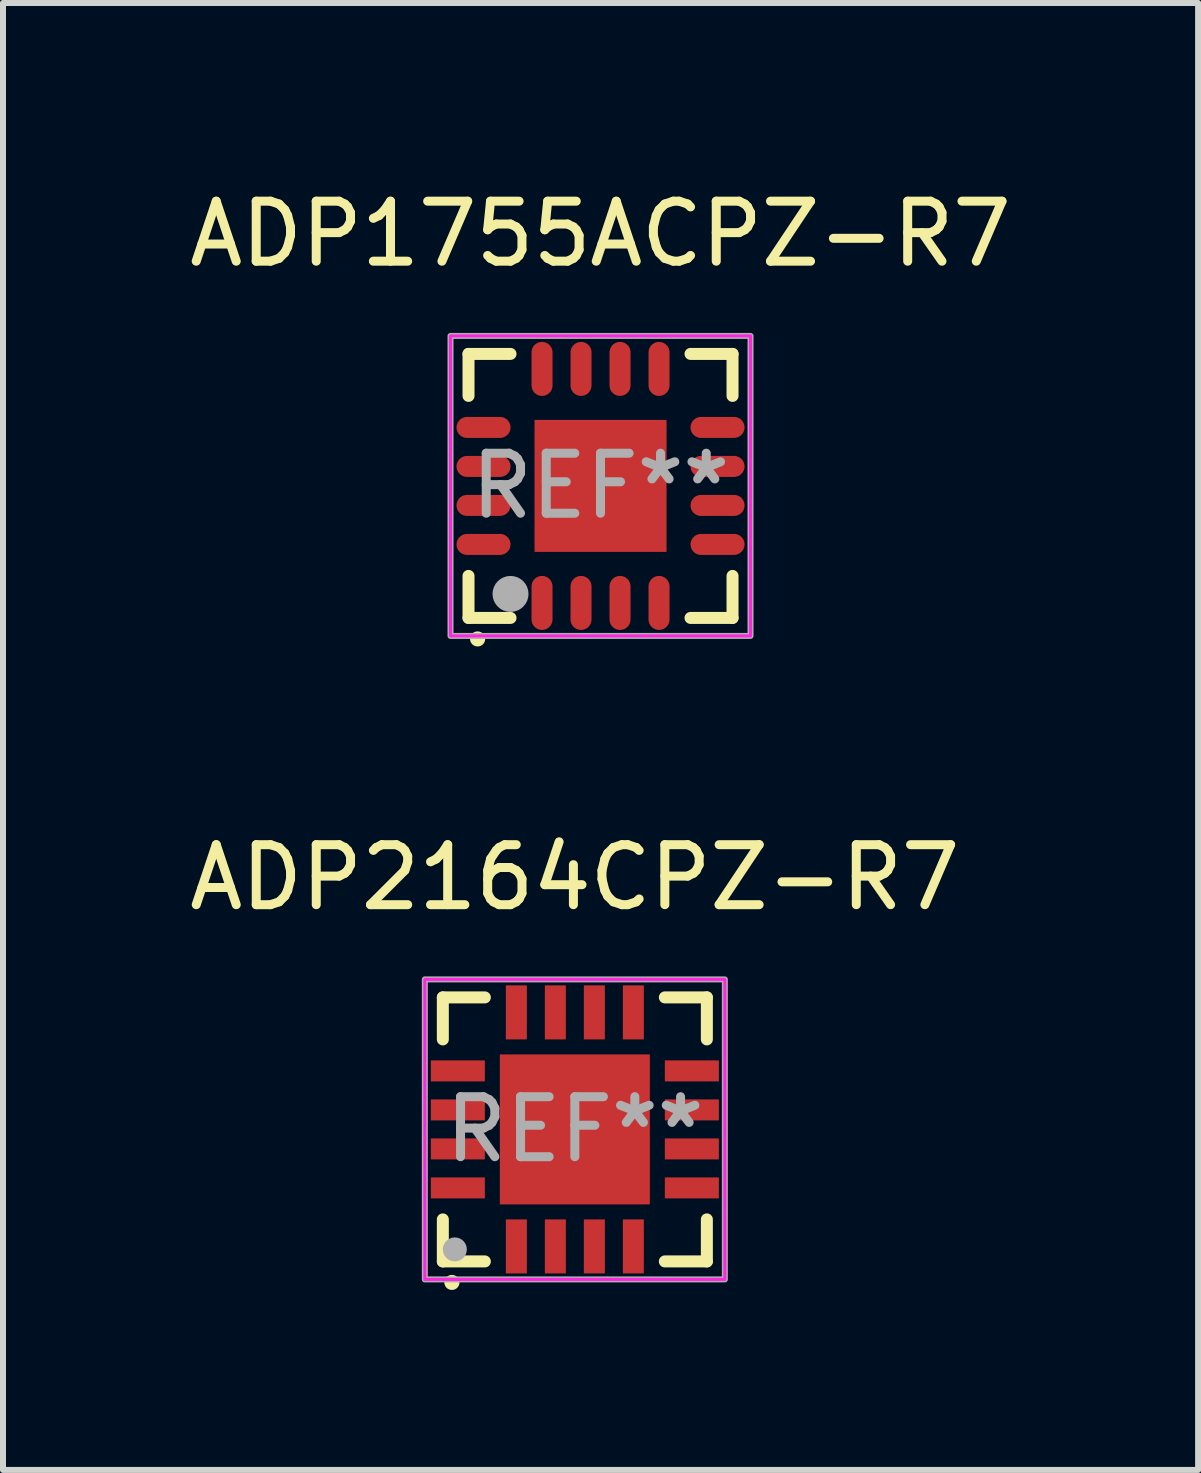
<source format=kicad_pcb>
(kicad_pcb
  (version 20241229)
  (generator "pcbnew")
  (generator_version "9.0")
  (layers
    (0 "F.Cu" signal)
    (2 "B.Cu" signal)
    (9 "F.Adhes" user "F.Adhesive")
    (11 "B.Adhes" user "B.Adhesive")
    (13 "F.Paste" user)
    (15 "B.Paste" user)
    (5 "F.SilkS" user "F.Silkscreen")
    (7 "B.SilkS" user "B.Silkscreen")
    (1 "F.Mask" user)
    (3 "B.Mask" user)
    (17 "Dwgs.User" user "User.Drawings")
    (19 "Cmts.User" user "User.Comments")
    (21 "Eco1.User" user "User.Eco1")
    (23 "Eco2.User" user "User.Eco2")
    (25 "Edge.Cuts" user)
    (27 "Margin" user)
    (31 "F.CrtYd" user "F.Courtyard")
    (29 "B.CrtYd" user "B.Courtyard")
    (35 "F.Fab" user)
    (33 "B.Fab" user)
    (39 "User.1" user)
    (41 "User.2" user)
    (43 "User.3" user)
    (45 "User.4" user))
  (footprint "ADP2164CPZ-R7"
    (layer "F.Cu")
    (at 6.53 15.772)
    (property "Reference" "ADP2164CPZ-R7" (at -0.000051 -4.2 0) (layer "F.SilkS") (effects (font (size 1 1) (thickness 0.15))))
    (attr smd)
    (fp_line (start -2.2 -2.2) (end -1.5 -2.2) (stroke (width 0.2) (type solid)) (layer "F.SilkS"))
    (fp_line (start -2.2 -1.5) (end -2.2 -2.2) (stroke (width 0.2) (type solid)) (layer "F.SilkS"))
    (fp_line (start -2.2 2.2) (end -2.2 1.5) (stroke (width 0.2) (type solid)) (layer "F.SilkS"))
    (fp_line (start -1.5 2.2) (end -2.2 2.2) (stroke (width 0.2) (type solid)) (layer "F.SilkS"))
    (fp_line (start 1.5 2.2) (end 2.2 2.2) (stroke (width 0.2) (type solid)) (layer "F.SilkS"))
    (fp_line (start 2.2 -2.2) (end 1.5 -2.2) (stroke (width 0.2) (type solid)) (layer "F.SilkS"))
    (fp_line (start 2.2 -1.5) (end 2.2 -2.2) (stroke (width 0.2) (type solid)) (layer "F.SilkS"))
    (fp_line (start 2.2 2.2) (end 2.2 1.5) (stroke (width 0.2) (type solid)) (layer "F.SilkS"))
    (fp_arc (start -2.049835 2.550114) (mid -2.048565 2.550108) (end -2.047295 2.550114) (stroke (width 0.25) (type solid)) (layer "F.SilkS"))
    (fp_rect (start -2.5 -2.5) (end 2.5 2.5) (stroke (width 0.05) (type default)) (fill no) (layer "F.CrtYd"))
    (fp_rect (start -2.5 -2.5) (end 2.5 2.5) (stroke (width 0.1) (type default)) (fill no) (layer "F.Fab"))
    (fp_circle (center -2 2) (end -1.9 2) (stroke (width 0.2) (type solid)) (fill no) (layer "F.Fab"))
    (fp_text user "REF**" (at -0.000051 0 0) (layer "F.Fab") (effects (font (size 1 1) (thickness 0.15))))
    (pad "1" smd rect (at -0.975 1.95 180) (size 0.35 0.9) (layers "F.Cu" "F.Mask" "F.Paste"))
    (pad "2" smd rect (at -0.325 1.95 180) (size 0.35 0.9) (layers "F.Cu" "F.Mask" "F.Paste"))
    (pad "3" smd rect (at 0.325 1.95 180) (size 0.35 0.9) (layers "F.Cu" "F.Mask" "F.Paste"))
    (pad "4" smd rect (at 0.975 1.95 180) (size 0.35 0.9) (layers "F.Cu" "F.Mask" "F.Paste"))
    (pad "5" smd rect (at 1.95 0.975 90) (size 0.35 0.9) (layers "F.Cu" "F.Mask" "F.Paste"))
    (pad "6" smd rect (at 1.95 0.325 90) (size 0.35 0.9) (layers "F.Cu" "F.Mask" "F.Paste"))
    (pad "7" smd rect (at 1.95 -0.325 90) (size 0.35 0.9) (layers "F.Cu" "F.Mask" "F.Paste"))
    (pad "8" smd rect (at 1.95 -0.975 90) (size 0.35 0.9) (layers "F.Cu" "F.Mask" "F.Paste"))
    (pad "9" smd rect (at 0.975 -1.95 180) (size 0.35 0.9) (layers "F.Cu" "F.Mask" "F.Paste"))
    (pad "10" smd rect (at 0.325 -1.95 180) (size 0.35 0.9) (layers "F.Cu" "F.Mask" "F.Paste"))
    (pad "11" smd rect (at -0.325 -1.95 180) (size 0.35 0.9) (layers "F.Cu" "F.Mask" "F.Paste"))
    (pad "12" smd rect (at -0.975 -1.95 180) (size 0.35 0.9) (layers "F.Cu" "F.Mask" "F.Paste"))
    (pad "13" smd rect (at -1.95 -0.975 90) (size 0.35 0.9) (layers "F.Cu" "F.Mask" "F.Paste"))
    (pad "14" smd rect (at -1.95 -0.325 90) (size 0.35 0.9) (layers "F.Cu" "F.Mask" "F.Paste"))
    (pad "15" smd rect (at -1.95 0.325 90) (size 0.35 0.9) (layers "F.Cu" "F.Mask" "F.Paste"))
    (pad "16" smd rect (at -1.95 0.975 90) (size 0.35 0.9) (layers "F.Cu" "F.Mask" "F.Paste"))
    (pad "17" smd rect (at 0 0 90) (size 2.5 2.5) (layers "F.Cu" "F.Mask" "F.Paste")))
  (footprint "ADP1755ACPZ-R7"
    (layer "F.Cu")
    (at 6.958 5.048)
    (property "Reference" "ADP1755ACPZ-R7" (at -0.000051 -4.2 0) (layer "F.SilkS") (effects (font (size 1 1) (thickness 0.15))))
    (attr smd)
    (fp_line (start -2.2 -2.2) (end -1.5 -2.2) (stroke (width 0.2) (type solid)) (layer "F.SilkS"))
    (fp_line (start -2.2 -1.5) (end -2.2 -2.2) (stroke (width 0.2) (type solid)) (layer "F.SilkS"))
    (fp_line (start -2.2 2.2) (end -2.2 1.5) (stroke (width 0.2) (type solid)) (layer "F.SilkS"))
    (fp_line (start -1.5 2.2) (end -2.2 2.2) (stroke (width 0.2) (type solid)) (layer "F.SilkS"))
    (fp_line (start 1.5 2.2) (end 2.2 2.2) (stroke (width 0.2) (type solid)) (layer "F.SilkS"))
    (fp_line (start 2.2 -2.2) (end 1.5 -2.2) (stroke (width 0.2) (type solid)) (layer "F.SilkS"))
    (fp_line (start 2.2 -1.5) (end 2.2 -2.2) (stroke (width 0.2) (type solid)) (layer "F.SilkS"))
    (fp_line (start 2.2 2.2) (end 2.2 1.5) (stroke (width 0.2) (type solid)) (layer "F.SilkS"))
    (fp_arc (start -2.049835 2.550114) (mid -2.048565 2.550108) (end -2.047295 2.550114) (stroke (width 0.25) (type solid)) (layer "F.SilkS"))
    (fp_rect (start -2.5 -2.5) (end 2.5 2.5) (stroke (width 0.05) (type default)) (fill no) (layer "F.CrtYd"))
    (fp_rect (start -2.5 -2.5) (end 2.5 2.5) (stroke (width 0.1) (type default)) (fill no) (layer "F.Fab"))
    (fp_circle (center -1.5 1.8) (end -1.5 1.8) (stroke (width 0.3) (type solid)) (fill no) (layer "F.Fab"))
    (fp_text user "REF**" (at -0.000051 0 0) (layer "F.Fab") (effects (font (size 1 1) (thickness 0.15))))
    (pad "1" smd oval (at -0.975 1.95 180) (size 0.35 0.9) (layers "F.Cu" "F.Mask" "F.Paste"))
    (pad "2" smd oval (at -0.325 1.95 180) (size 0.35 0.9) (layers "F.Cu" "F.Mask" "F.Paste"))
    (pad "3" smd oval (at 0.325 1.95 180) (size 0.35 0.9) (layers "F.Cu" "F.Mask" "F.Paste"))
    (pad "4" smd oval (at 0.975 1.95 180) (size 0.35 0.9) (layers "F.Cu" "F.Mask" "F.Paste"))
    (pad "5" smd oval (at 1.95 0.975 90) (size 0.35 0.9) (layers "F.Cu" "F.Mask" "F.Paste"))
    (pad "6" smd oval (at 1.95 0.325 90) (size 0.35 0.9) (layers "F.Cu" "F.Mask" "F.Paste"))
    (pad "7" smd oval (at 1.95 -0.325 90) (size 0.35 0.9) (layers "F.Cu" "F.Mask" "F.Paste"))
    (pad "8" smd oval (at 1.95 -0.975 90) (size 0.35 0.9) (layers "F.Cu" "F.Mask" "F.Paste"))
    (pad "9" smd oval (at 0.975 -1.95 180) (size 0.35 0.9) (layers "F.Cu" "F.Mask" "F.Paste"))
    (pad "10" smd oval (at 0.325 -1.95 180) (size 0.35 0.9) (layers "F.Cu" "F.Mask" "F.Paste"))
    (pad "11" smd oval (at -0.325 -1.95 180) (size 0.35 0.9) (layers "F.Cu" "F.Mask" "F.Paste"))
    (pad "12" smd oval (at -0.975 -1.95 180) (size 0.35 0.9) (layers "F.Cu" "F.Mask" "F.Paste"))
    (pad "13" smd oval (at -1.95 -0.975 90) (size 0.35 0.9) (layers "F.Cu" "F.Mask" "F.Paste"))
    (pad "14" smd oval (at -1.95 -0.325 90) (size 0.35 0.9) (layers "F.Cu" "F.Mask" "F.Paste"))
    (pad "15" smd oval (at -1.95 0.325 90) (size 0.35 0.9) (layers "F.Cu" "F.Mask" "F.Paste"))
    (pad "16" smd oval (at -1.95 0.975 90) (size 0.35 0.9) (layers "F.Cu" "F.Mask" "F.Paste"))
    (pad "17" smd rect (at 0 0 90) (size 2.2 2.2) (layers "F.Cu" "F.Mask" "F.Paste")))
  (gr_rect
    (start -3 -3)
    (end 16.917 21.447)
    (stroke (width 0.1) (type default))
    (fill no)
    (layer "Edge.Cuts")))
</source>
